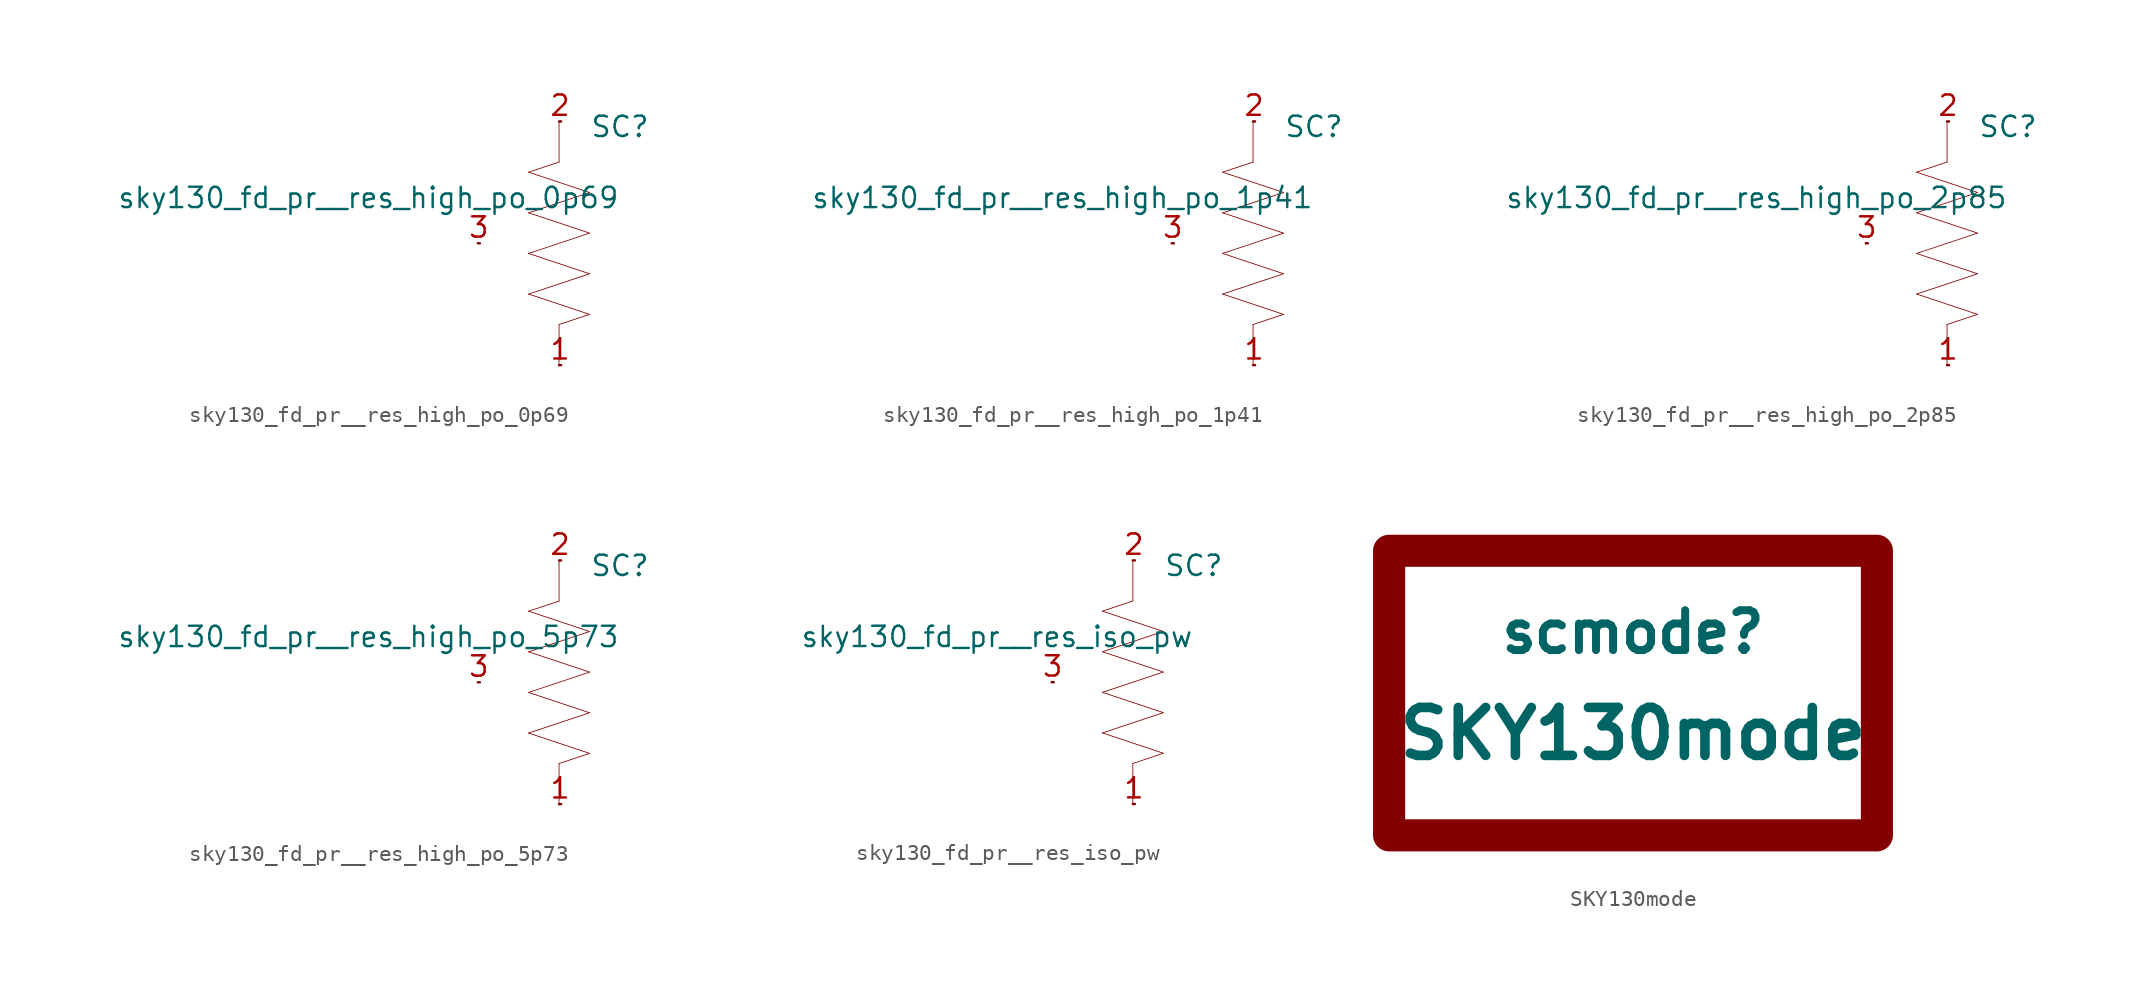
<source format=kicad_sym>
(kicad_symbol_lib
  (version 20211014)
  (generator kicad_symbol_editor)
  (symbol "sky130_fd_pr__res_high_po_0p69"
    (pin_names hide)
    (property "Reference" "SC"
      (at 3.81 7.29 0)
      (effects (font (size 1.27 1.27))))
    (property "Value" "sky130_fd_pr__res_high_po_0p69"
      (at 3.81 2.845 0)
      (effects (font (size 1.27 1.27)) (justify right)))
    (symbol "sky130_fd_pr__res_high_po_0p69_0_0"
      (polyline (pts (xy -1.905 -3.175) (xy 1.905 -4.445)) (stroke (width 0.051) (type default) (color 0 0 0 0)) (fill (type none)))
      (polyline (pts (xy -1.905 -3.175) (xy 1.905 -1.905)) (stroke (width 0.051) (type default) (color 0 0 0 0)) (fill (type none)))
      (polyline (pts (xy -1.905 -0.635) (xy 1.905 -1.905)) (stroke (width 0.051) (type default) (color 0 0 0 0)) (fill (type none)))
      (polyline (pts (xy -1.905 -0.635) (xy 1.905 0.635)) (stroke (width 0.051) (type default) (color 0 0 0 0)) (fill (type none)))
      (polyline (pts (xy -1.905 1.905) (xy 1.905 0.635)) (stroke (width 0.051) (type default) (color 0 0 0 0)) (fill (type none)))
      (polyline (pts (xy -1.905 1.905) (xy 1.905 3.175)) (stroke (width 0.051) (type default) (color 0 0 0 0)) (fill (type none)))
      (polyline (pts (xy -1.905 4.445) (xy 0 5.08)) (stroke (width 0.051) (type default) (color 0 0 0 0)) (fill (type none)))
      (polyline (pts (xy -1.905 4.445) (xy 1.905 3.175)) (stroke (width 0.051) (type default) (color 0 0 0 0)) (fill (type none)))
      (polyline (pts (xy 0 -5.08) (xy 0 -7.62)) (stroke (width 0.051) (type default) (color 0 0 0 0)) (fill (type none)))
      (polyline (pts (xy 0 -5.08) (xy 1.905 -4.445)) (stroke (width 0.051) (type default) (color 0 0 0 0)) (fill (type none)))
      (polyline (pts (xy 0 7.62) (xy 0 5.08)) (stroke (width 0.051) (type default) (color 0 0 0 0)) (fill (type none))))
    (symbol "sky130_fd_pr__res_high_po_0p69_1_1"
      (pin bidirectional line (at 0 -7.62 0) (length 0.127) (name "M" (effects (font (size 1.092 1.092)))) (number "1" (effects (font (size 1.27 1.27)))))
      (pin bidirectional line (at 0 7.62 0) (length 0.127) (name "P" (effects (font (size 1.092 1.092)))) (number "2" (effects (font (size 1.27 1.27)))))
      (pin bidirectional line (at -5.08 0 0) (length 0.127) (name "B" (effects (font (size 1.092 1.092)))) (number "3" (effects (font (size 1.27 1.27)))))))
  (symbol "sky130_fd_pr__res_high_po_1p41"
    (pin_names hide)
    (property "Reference" "SC"
      (at 3.81 7.29 0)
      (effects (font (size 1.27 1.27))))
    (property "Value" "sky130_fd_pr__res_high_po_1p41"
      (at 3.81 2.845 0)
      (effects (font (size 1.27 1.27)) (justify right)))
    (symbol "sky130_fd_pr__res_high_po_1p41_0_0"
      (polyline (pts (xy -1.905 -3.175) (xy 1.905 -4.445)) (stroke (width 0.051) (type default) (color 0 0 0 0)) (fill (type none)))
      (polyline (pts (xy -1.905 -3.175) (xy 1.905 -1.905)) (stroke (width 0.051) (type default) (color 0 0 0 0)) (fill (type none)))
      (polyline (pts (xy -1.905 -0.635) (xy 1.905 -1.905)) (stroke (width 0.051) (type default) (color 0 0 0 0)) (fill (type none)))
      (polyline (pts (xy -1.905 -0.635) (xy 1.905 0.635)) (stroke (width 0.051) (type default) (color 0 0 0 0)) (fill (type none)))
      (polyline (pts (xy -1.905 1.905) (xy 1.905 0.635)) (stroke (width 0.051) (type default) (color 0 0 0 0)) (fill (type none)))
      (polyline (pts (xy -1.905 1.905) (xy 1.905 3.175)) (stroke (width 0.051) (type default) (color 0 0 0 0)) (fill (type none)))
      (polyline (pts (xy -1.905 4.445) (xy 0 5.08)) (stroke (width 0.051) (type default) (color 0 0 0 0)) (fill (type none)))
      (polyline (pts (xy -1.905 4.445) (xy 1.905 3.175)) (stroke (width 0.051) (type default) (color 0 0 0 0)) (fill (type none)))
      (polyline (pts (xy 0 -5.08) (xy 0 -7.62)) (stroke (width 0.051) (type default) (color 0 0 0 0)) (fill (type none)))
      (polyline (pts (xy 0 -5.08) (xy 1.905 -4.445)) (stroke (width 0.051) (type default) (color 0 0 0 0)) (fill (type none)))
      (polyline (pts (xy 0 7.62) (xy 0 5.08)) (stroke (width 0.051) (type default) (color 0 0 0 0)) (fill (type none))))
    (symbol "sky130_fd_pr__res_high_po_1p41_1_1"
      (pin bidirectional line (at 0 -7.62 0) (length 0.127) (name "M" (effects (font (size 1.092 1.092)))) (number "1" (effects (font (size 1.27 1.27)))))
      (pin bidirectional line (at 0 7.62 0) (length 0.127) (name "P" (effects (font (size 1.092 1.092)))) (number "2" (effects (font (size 1.27 1.27)))))
      (pin bidirectional line (at -5.08 0 0) (length 0.127) (name "B" (effects (font (size 1.092 1.092)))) (number "3" (effects (font (size 1.27 1.27)))))))
  (symbol "sky130_fd_pr__res_high_po_2p85"
    (pin_names hide)
    (property "Reference" "SC"
      (at 3.81 7.29 0)
      (effects (font (size 1.27 1.27))))
    (property "Value" "sky130_fd_pr__res_high_po_2p85"
      (at 3.81 2.845 0)
      (effects (font (size 1.27 1.27)) (justify right)))
    (symbol "sky130_fd_pr__res_high_po_2p85_0_0"
      (polyline (pts (xy -1.905 -3.175) (xy 1.905 -4.445)) (stroke (width 0.051) (type default) (color 0 0 0 0)) (fill (type none)))
      (polyline (pts (xy -1.905 -3.175) (xy 1.905 -1.905)) (stroke (width 0.051) (type default) (color 0 0 0 0)) (fill (type none)))
      (polyline (pts (xy -1.905 -0.635) (xy 1.905 -1.905)) (stroke (width 0.051) (type default) (color 0 0 0 0)) (fill (type none)))
      (polyline (pts (xy -1.905 -0.635) (xy 1.905 0.635)) (stroke (width 0.051) (type default) (color 0 0 0 0)) (fill (type none)))
      (polyline (pts (xy -1.905 1.905) (xy 1.905 0.635)) (stroke (width 0.051) (type default) (color 0 0 0 0)) (fill (type none)))
      (polyline (pts (xy -1.905 1.905) (xy 1.905 3.175)) (stroke (width 0.051) (type default) (color 0 0 0 0)) (fill (type none)))
      (polyline (pts (xy -1.905 4.445) (xy 0 5.08)) (stroke (width 0.051) (type default) (color 0 0 0 0)) (fill (type none)))
      (polyline (pts (xy -1.905 4.445) (xy 1.905 3.175)) (stroke (width 0.051) (type default) (color 0 0 0 0)) (fill (type none)))
      (polyline (pts (xy 0 -5.08) (xy 0 -7.62)) (stroke (width 0.051) (type default) (color 0 0 0 0)) (fill (type none)))
      (polyline (pts (xy 0 -5.08) (xy 1.905 -4.445)) (stroke (width 0.051) (type default) (color 0 0 0 0)) (fill (type none)))
      (polyline (pts (xy 0 7.62) (xy 0 5.08)) (stroke (width 0.051) (type default) (color 0 0 0 0)) (fill (type none))))
    (symbol "sky130_fd_pr__res_high_po_2p85_1_1"
      (pin bidirectional line (at 0 -7.62 0) (length 0.127) (name "M" (effects (font (size 1.092 1.092)))) (number "1" (effects (font (size 1.27 1.27)))))
      (pin bidirectional line (at 0 7.62 0) (length 0.127) (name "P" (effects (font (size 1.092 1.092)))) (number "2" (effects (font (size 1.27 1.27)))))
      (pin bidirectional line (at -5.08 0 0) (length 0.127) (name "B" (effects (font (size 1.092 1.092)))) (number "3" (effects (font (size 1.27 1.27)))))))
  (symbol "sky130_fd_pr__res_high_po_5p73"
    (pin_names hide)
    (property "Reference" "SC"
      (at 3.81 7.29 0)
      (effects (font (size 1.27 1.27))))
    (property "Value" "sky130_fd_pr__res_high_po_5p73"
      (at 3.81 2.845 0)
      (effects (font (size 1.27 1.27)) (justify right)))
    (symbol "sky130_fd_pr__res_high_po_5p73_0_0"
      (polyline (pts (xy -1.905 -3.175) (xy 1.905 -4.445)) (stroke (width 0.051) (type default) (color 0 0 0 0)) (fill (type none)))
      (polyline (pts (xy -1.905 -3.175) (xy 1.905 -1.905)) (stroke (width 0.051) (type default) (color 0 0 0 0)) (fill (type none)))
      (polyline (pts (xy -1.905 -0.635) (xy 1.905 -1.905)) (stroke (width 0.051) (type default) (color 0 0 0 0)) (fill (type none)))
      (polyline (pts (xy -1.905 -0.635) (xy 1.905 0.635)) (stroke (width 0.051) (type default) (color 0 0 0 0)) (fill (type none)))
      (polyline (pts (xy -1.905 1.905) (xy 1.905 0.635)) (stroke (width 0.051) (type default) (color 0 0 0 0)) (fill (type none)))
      (polyline (pts (xy -1.905 1.905) (xy 1.905 3.175)) (stroke (width 0.051) (type default) (color 0 0 0 0)) (fill (type none)))
      (polyline (pts (xy -1.905 4.445) (xy 0 5.08)) (stroke (width 0.051) (type default) (color 0 0 0 0)) (fill (type none)))
      (polyline (pts (xy -1.905 4.445) (xy 1.905 3.175)) (stroke (width 0.051) (type default) (color 0 0 0 0)) (fill (type none)))
      (polyline (pts (xy 0 -5.08) (xy 0 -7.62)) (stroke (width 0.051) (type default) (color 0 0 0 0)) (fill (type none)))
      (polyline (pts (xy 0 -5.08) (xy 1.905 -4.445)) (stroke (width 0.051) (type default) (color 0 0 0 0)) (fill (type none)))
      (polyline (pts (xy 0 7.62) (xy 0 5.08)) (stroke (width 0.051) (type default) (color 0 0 0 0)) (fill (type none))))
    (symbol "sky130_fd_pr__res_high_po_5p73_1_1"
      (pin bidirectional line (at 0 -7.62 0) (length 0.127) (name "M" (effects (font (size 1.092 1.092)))) (number "1" (effects (font (size 1.27 1.27)))))
      (pin bidirectional line (at 0 7.62 0) (length 0.127) (name "P" (effects (font (size 1.092 1.092)))) (number "2" (effects (font (size 1.27 1.27)))))
      (pin bidirectional line (at -5.08 0 0) (length 0.127) (name "B" (effects (font (size 1.092 1.092)))) (number "3" (effects (font (size 1.27 1.27)))))))
  (symbol "sky130_fd_pr__res_iso_pw"
    (pin_names hide)
    (property "Reference" "SC"
      (at 3.81 7.29 0)
      (effects (font (size 1.27 1.27))))
    (property "Value" "sky130_fd_pr__res_iso_pw"
      (at 3.81 2.845 0)
      (effects (font (size 1.27 1.27)) (justify right)))
    (symbol "sky130_fd_pr__res_iso_pw_0_0"
      (polyline (pts (xy -1.905 -3.175) (xy 1.905 -4.445)) (stroke (width 0.051) (type default) (color 0 0 0 0)) (fill (type none)))
      (polyline (pts (xy -1.905 -3.175) (xy 1.905 -1.905)) (stroke (width 0.051) (type default) (color 0 0 0 0)) (fill (type none)))
      (polyline (pts (xy -1.905 -0.635) (xy 1.905 -1.905)) (stroke (width 0.051) (type default) (color 0 0 0 0)) (fill (type none)))
      (polyline (pts (xy -1.905 -0.635) (xy 1.905 0.635)) (stroke (width 0.051) (type default) (color 0 0 0 0)) (fill (type none)))
      (polyline (pts (xy -1.905 1.905) (xy 1.905 0.635)) (stroke (width 0.051) (type default) (color 0 0 0 0)) (fill (type none)))
      (polyline (pts (xy -1.905 1.905) (xy 1.905 3.175)) (stroke (width 0.051) (type default) (color 0 0 0 0)) (fill (type none)))
      (polyline (pts (xy -1.905 4.445) (xy 0 5.08)) (stroke (width 0.051) (type default) (color 0 0 0 0)) (fill (type none)))
      (polyline (pts (xy -1.905 4.445) (xy 1.905 3.175)) (stroke (width 0.051) (type default) (color 0 0 0 0)) (fill (type none)))
      (polyline (pts (xy 0 -5.08) (xy 0 -7.62)) (stroke (width 0.051) (type default) (color 0 0 0 0)) (fill (type none)))
      (polyline (pts (xy 0 -5.08) (xy 1.905 -4.445)) (stroke (width 0.051) (type default) (color 0 0 0 0)) (fill (type none)))
      (polyline (pts (xy 0 7.62) (xy 0 5.08)) (stroke (width 0.051) (type default) (color 0 0 0 0)) (fill (type none))))
    (symbol "sky130_fd_pr__res_iso_pw_1_1"
      (pin bidirectional line (at 0 -7.62 0) (length 0.127) (name "M" (effects (font (size 1.092 1.092)))) (number "1" (effects (font (size 1.27 1.27)))))
      (pin bidirectional line (at 0 7.62 0) (length 0.127) (name "P" (effects (font (size 1.092 1.092)))) (number "2" (effects (font (size 1.27 1.27)))))
      (pin bidirectional line (at -5.08 0 0) (length 0.127) (name "B" (effects (font (size 1.092 1.092)))) (number "3" (effects (font (size 1.27 1.27)))))))
  (symbol "SKY130mode"
    (pin_names
      (offset 0.002))
    (property "Reference" "scmode"
      (at 0 3.81 0)
      (effects (font (size 2.489 2.489) bold)))
    (property "Value" "SKY130mode"
      (at 0 -2.54 0)
      (effects (font (size 2.997 2.997) bold)))
    (symbol "SKY130mode_0_1"
      (rectangle (start -15.24 8.89) (end 15.24 -8.89) (stroke (width 2.007) (type default) (color 0 0 0 0)) (fill (type none))))))
</source>
